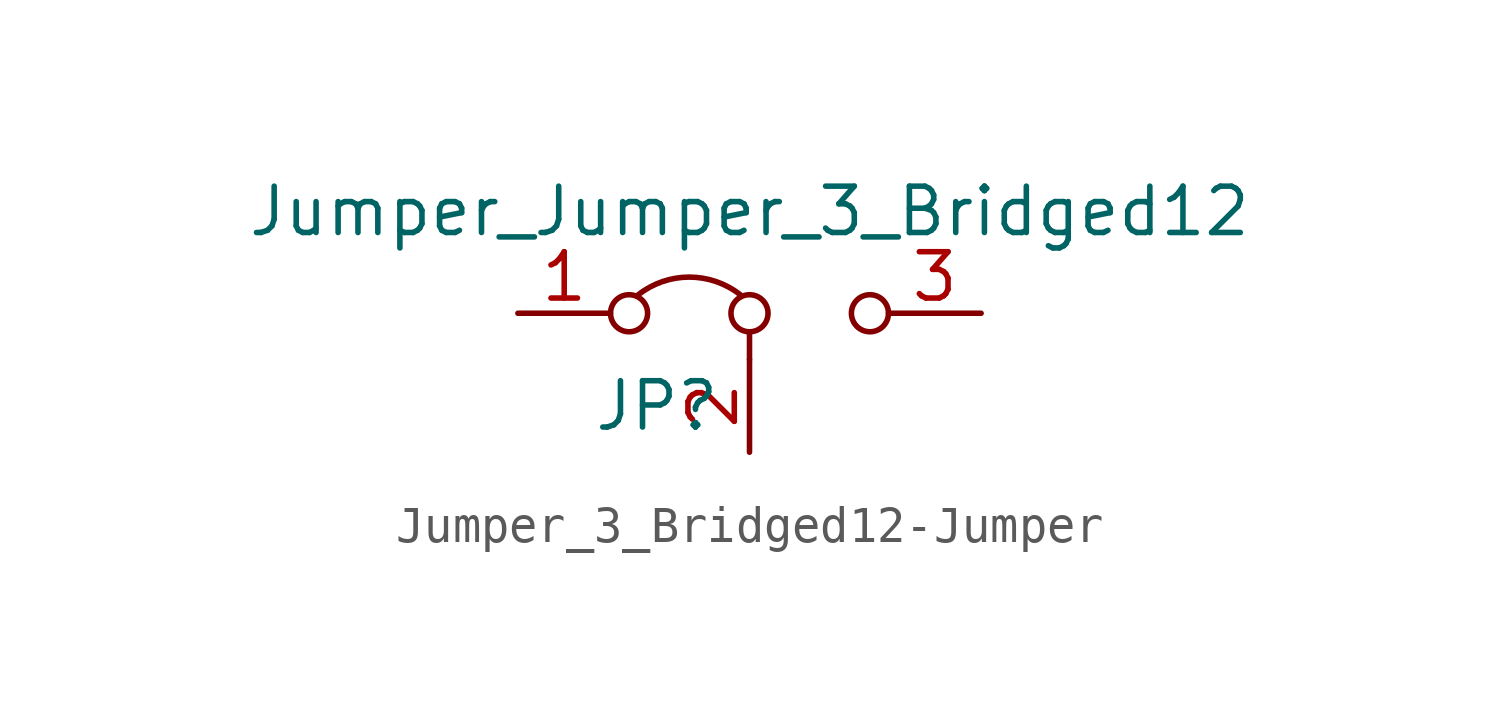
<source format=kicad_sym>
(kicad_symbol_lib
  (version 20231120)
  (generator "kicad_symbol_editor")
  (generator_version "8.0")
  (symbol "Jumper_3_Bridged12-Jumper"
    (pin_names
      (offset 0) hide)
    (property "Reference" "JP"
      (at -2.54 -2.54 0)
      (effects (font (size 1.27 1.27))))
    (property "Value" "Jumper_Jumper_3_Bridged12"
      (at 0 2.794 0)
      (effects (font (size 1.27 1.27))))
    (symbol "Jumper_3_Bridged12-Jumper_0_0"
      (circle (center -3.302 0) (radius 0.508) (stroke (width 0) (type solid)) (fill (type none)))
      (circle (center 0 0) (radius 0.508) (stroke (width 0) (type solid)) (fill (type none)))
      (circle (center 3.302 0) (radius 0.508) (stroke (width 0) (type solid)) (fill (type none))))
    (symbol "Jumper_3_Bridged12-Jumper_0_1"
      (arc (start -0.254 0.508) (mid -1.651 0.9912) (end -3.048 0.508) (stroke (width 0) (type solid)) (fill (type none)))
      (polyline (pts (xy 0 -1.27) (xy 0 -0.508)) (stroke (width 0) (type solid)) (fill (type none))))
    (symbol "Jumper_3_Bridged12-Jumper_1_1"
      (pin passive line (at -6.35 0 0) (length 2.54) (name "A" (effects (font (size 1.27 1.27)))) (number "1" (effects (font (size 1.27 1.27)))))
      (pin input line (at 0 -3.81 90) (length 2.54) (name "C" (effects (font (size 1.27 1.27)))) (number "2" (effects (font (size 1.27 1.27)))))
      (pin passive line (at 6.35 0 180) (length 2.54) (name "B" (effects (font (size 1.27 1.27)))) (number "3" (effects (font (size 1.27 1.27))))))))
</source>
